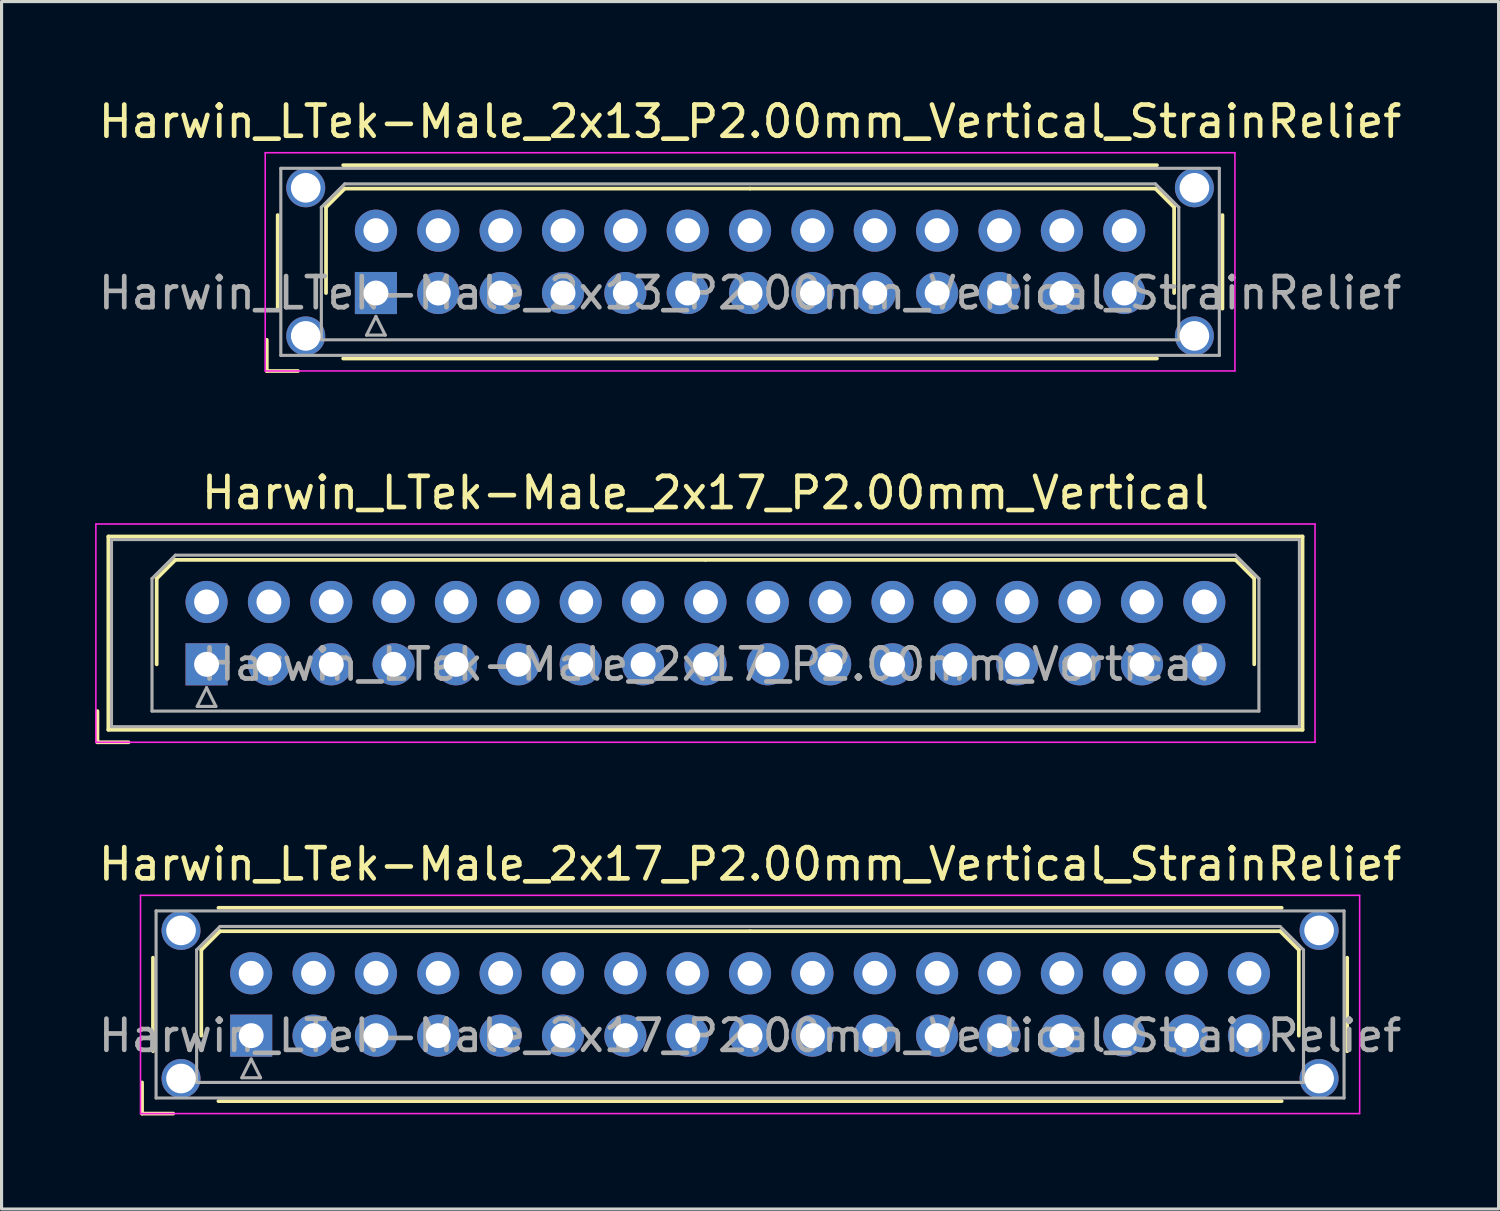
<source format=kicad_pcb>
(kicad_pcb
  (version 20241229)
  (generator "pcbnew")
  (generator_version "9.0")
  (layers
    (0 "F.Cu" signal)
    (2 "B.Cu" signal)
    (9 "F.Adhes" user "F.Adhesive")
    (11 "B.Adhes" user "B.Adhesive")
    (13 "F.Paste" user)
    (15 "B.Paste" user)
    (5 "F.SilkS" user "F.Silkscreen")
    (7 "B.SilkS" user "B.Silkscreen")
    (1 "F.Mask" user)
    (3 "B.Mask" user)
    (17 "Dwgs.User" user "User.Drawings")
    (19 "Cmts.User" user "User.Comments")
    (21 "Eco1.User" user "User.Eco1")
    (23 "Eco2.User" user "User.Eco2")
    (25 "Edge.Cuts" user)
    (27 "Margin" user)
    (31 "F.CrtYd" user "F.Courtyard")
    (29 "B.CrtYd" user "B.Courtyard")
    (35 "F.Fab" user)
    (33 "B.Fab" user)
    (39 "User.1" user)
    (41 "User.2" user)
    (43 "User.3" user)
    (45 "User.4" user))
  (footprint "Harwin_LTek-Male_2x17_P2.00mm_Vertical"
    (layer "F.Cu")
    (at 3.575 18.256)
    (property "Reference" "Harwin_LTek-Male_2x17_P2.00mm_Vertical" (at 16 -5.5 0) (layer "F.SilkS") (effects (font (size 1 1) (thickness 0.15))))
    (attr through_hole)
    (fp_line (start -3.5 1.5) (end -3.5 2.5) (stroke (width 0.12) (type solid)) (layer "F.SilkS"))
    (fp_line (start -3.5 2.5) (end -2.5 2.5) (stroke (width 0.12) (type solid)) (layer "F.SilkS"))
    (fp_line (start -3.15 -4.1) (end -3.15 2.1) (stroke (width 0.12) (type solid)) (layer "F.SilkS"))
    (fp_line (start -3.15 2.1) (end 35.15 2.1) (stroke (width 0.12) (type solid)) (layer "F.SilkS"))
    (fp_line (start -1.6 -2.75) (end -1 -3.35) (stroke (width 0.12) (type solid)) (layer "F.SilkS"))
    (fp_line (start -1.6 0) (end -1.6 -2.75) (stroke (width 0.12) (type solid)) (layer "F.SilkS"))
    (fp_line (start -1 -3.35) (end 16 -3.35) (stroke (width 0.12) (type solid)) (layer "F.SilkS"))
    (fp_line (start 33 -3.35) (end 16 -3.35) (stroke (width 0.12) (type solid)) (layer "F.SilkS"))
    (fp_line (start 33.6 -2.75) (end 33 -3.35) (stroke (width 0.12) (type solid)) (layer "F.SilkS"))
    (fp_line (start 33.6 0) (end 33.6 -2.75) (stroke (width 0.12) (type solid)) (layer "F.SilkS"))
    (fp_line (start 35.15 -4.1) (end -3.15 -4.1) (stroke (width 0.12) (type solid)) (layer "F.SilkS"))
    (fp_line (start 35.15 2.1) (end 35.15 -4.1) (stroke (width 0.12) (type solid)) (layer "F.SilkS"))
    (fp_line (start -3.55 -4.5) (end -3.55 2.5) (stroke (width 0.05) (type solid)) (layer "F.CrtYd"))
    (fp_line (start -3.55 2.5) (end 35.55 2.5) (stroke (width 0.05) (type solid)) (layer "F.CrtYd"))
    (fp_line (start 35.55 -4.5) (end -3.55 -4.5) (stroke (width 0.05) (type solid)) (layer "F.CrtYd"))
    (fp_line (start 35.55 2.5) (end 35.55 -4.5) (stroke (width 0.05) (type solid)) (layer "F.CrtYd"))
    (fp_line (start -3.05 -4) (end -3.05 2) (stroke (width 0.1) (type solid)) (layer "F.Fab"))
    (fp_line (start -3.05 2) (end 35.05 2) (stroke (width 0.1) (type solid)) (layer "F.Fab"))
    (fp_line (start -1.75 -2.75) (end -1 -3.5) (stroke (width 0.1) (type solid)) (layer "F.Fab"))
    (fp_line (start -1.75 1.5) (end -1.75 -2.75) (stroke (width 0.1) (type solid)) (layer "F.Fab"))
    (fp_line (start -1 -3.5) (end 33 -3.5) (stroke (width 0.1) (type solid)) (layer "F.Fab"))
    (fp_line (start -0.3 1.35) (end 0.3 1.35) (stroke (width 0.1) (type solid)) (layer "F.Fab"))
    (fp_line (start 0 0.75) (end -0.3 1.35) (stroke (width 0.1) (type solid)) (layer "F.Fab"))
    (fp_line (start 0.3 1.35) (end 0 0.75) (stroke (width 0.1) (type solid)) (layer "F.Fab"))
    (fp_line (start 33 -3.5) (end 33.75 -2.75) (stroke (width 0.1) (type solid)) (layer "F.Fab"))
    (fp_line (start 33.75 -2.75) (end 33.75 1.5) (stroke (width 0.1) (type solid)) (layer "F.Fab"))
    (fp_line (start 33.75 1.5) (end -1.75 1.5) (stroke (width 0.1) (type solid)) (layer "F.Fab"))
    (fp_line (start 35.05 -4) (end -3.05 -4) (stroke (width 0.1) (type solid)) (layer "F.Fab"))
    (fp_line (start 35.05 2) (end 35.05 -4) (stroke (width 0.1) (type solid)) (layer "F.Fab"))
    (fp_text user "${REFERENCE}" (at 16 0 0) (layer "F.Fab") (effects (font (size 1 1) (thickness 0.15))))
    (pad "1" thru_hole rect (at 0 0) (size 1.35 1.35) (drill 0.8) (layers "*.Cu" "*.Mask"))
    (pad "2" thru_hole circle (at 0 -2) (size 1.35 1.35) (drill 0.8) (layers "*.Cu" "*.Mask"))
    (pad "3" thru_hole circle (at 2 0) (size 1.35 1.35) (drill 0.8) (layers "*.Cu" "*.Mask"))
    (pad "4" thru_hole circle (at 2 -2) (size 1.35 1.35) (drill 0.8) (layers "*.Cu" "*.Mask"))
    (pad "5" thru_hole circle (at 4 0) (size 1.35 1.35) (drill 0.8) (layers "*.Cu" "*.Mask"))
    (pad "6" thru_hole circle (at 4 -2) (size 1.35 1.35) (drill 0.8) (layers "*.Cu" "*.Mask"))
    (pad "7" thru_hole circle (at 6 0) (size 1.35 1.35) (drill 0.8) (layers "*.Cu" "*.Mask"))
    (pad "8" thru_hole circle (at 6 -2) (size 1.35 1.35) (drill 0.8) (layers "*.Cu" "*.Mask"))
    (pad "9" thru_hole circle (at 8 0) (size 1.35 1.35) (drill 0.8) (layers "*.Cu" "*.Mask"))
    (pad "10" thru_hole circle (at 8 -2) (size 1.35 1.35) (drill 0.8) (layers "*.Cu" "*.Mask"))
    (pad "11" thru_hole circle (at 10 0) (size 1.35 1.35) (drill 0.8) (layers "*.Cu" "*.Mask"))
    (pad "12" thru_hole circle (at 10 -2) (size 1.35 1.35) (drill 0.8) (layers "*.Cu" "*.Mask"))
    (pad "13" thru_hole circle (at 12 0) (size 1.35 1.35) (drill 0.8) (layers "*.Cu" "*.Mask"))
    (pad "14" thru_hole circle (at 12 -2) (size 1.35 1.35) (drill 0.8) (layers "*.Cu" "*.Mask"))
    (pad "15" thru_hole circle (at 14 0) (size 1.35 1.35) (drill 0.8) (layers "*.Cu" "*.Mask"))
    (pad "16" thru_hole circle (at 14 -2) (size 1.35 1.35) (drill 0.8) (layers "*.Cu" "*.Mask"))
    (pad "17" thru_hole circle (at 16 0) (size 1.35 1.35) (drill 0.8) (layers "*.Cu" "*.Mask"))
    (pad "18" thru_hole circle (at 16 -2) (size 1.35 1.35) (drill 0.8) (layers "*.Cu" "*.Mask"))
    (pad "19" thru_hole circle (at 18 0) (size 1.35 1.35) (drill 0.8) (layers "*.Cu" "*.Mask"))
    (pad "20" thru_hole circle (at 18 -2) (size 1.35 1.35) (drill 0.8) (layers "*.Cu" "*.Mask"))
    (pad "21" thru_hole circle (at 20 0) (size 1.35 1.35) (drill 0.8) (layers "*.Cu" "*.Mask"))
    (pad "22" thru_hole circle (at 20 -2) (size 1.35 1.35) (drill 0.8) (layers "*.Cu" "*.Mask"))
    (pad "23" thru_hole circle (at 22 0) (size 1.35 1.35) (drill 0.8) (layers "*.Cu" "*.Mask"))
    (pad "24" thru_hole circle (at 22 -2) (size 1.35 1.35) (drill 0.8) (layers "*.Cu" "*.Mask"))
    (pad "25" thru_hole circle (at 24 0) (size 1.35 1.35) (drill 0.8) (layers "*.Cu" "*.Mask"))
    (pad "26" thru_hole circle (at 24 -2) (size 1.35 1.35) (drill 0.8) (layers "*.Cu" "*.Mask"))
    (pad "27" thru_hole circle (at 26 0) (size 1.35 1.35) (drill 0.8) (layers "*.Cu" "*.Mask"))
    (pad "28" thru_hole circle (at 26 -2) (size 1.35 1.35) (drill 0.8) (layers "*.Cu" "*.Mask"))
    (pad "29" thru_hole circle (at 28 0) (size 1.35 1.35) (drill 0.8) (layers "*.Cu" "*.Mask"))
    (pad "30" thru_hole circle (at 28 -2) (size 1.35 1.35) (drill 0.8) (layers "*.Cu" "*.Mask"))
    (pad "31" thru_hole circle (at 30 0) (size 1.35 1.35) (drill 0.8) (layers "*.Cu" "*.Mask"))
    (pad "32" thru_hole circle (at 30 -2) (size 1.35 1.35) (drill 0.8) (layers "*.Cu" "*.Mask"))
    (pad "33" thru_hole circle (at 32 0) (size 1.35 1.35) (drill 0.8) (layers "*.Cu" "*.Mask"))
    (pad "34" thru_hole circle (at 32 -2) (size 1.35 1.35) (drill 0.8) (layers "*.Cu" "*.Mask")))
  (footprint "Harwin_LTek-Male_2x17_P2.00mm_Vertical_StrainRelief"
    (layer "F.Cu")
    (at 5.006 30.165)
    (property "Reference" "Harwin_LTek-Male_2x17_P2.00mm_Vertical_StrainRelief" (at 16 -5.5 0) (layer "F.SilkS") (effects (font (size 1 1) (thickness 0.15))))
    (attr through_hole)
    (fp_line (start -3.5 1.5) (end -3.5 2.5) (stroke (width 0.12) (type solid)) (layer "F.SilkS"))
    (fp_line (start -3.5 2.5) (end -2.5 2.5) (stroke (width 0.12) (type solid)) (layer "F.SilkS"))
    (fp_line (start -3.15 -2.5) (end -3.15 0.5) (stroke (width 0.12) (type solid)) (layer "F.SilkS"))
    (fp_line (start -1.6 -2.75) (end -1 -3.35) (stroke (width 0.12) (type solid)) (layer "F.SilkS"))
    (fp_line (start -1.6 0) (end -1.6 -2.75) (stroke (width 0.12) (type solid)) (layer "F.SilkS"))
    (fp_line (start -1.05 -4.1) (end 33.05 -4.1) (stroke (width 0.12) (type solid)) (layer "F.SilkS"))
    (fp_line (start -1.05 2.1) (end 33.05 2.1) (stroke (width 0.12) (type solid)) (layer "F.SilkS"))
    (fp_line (start -1 -3.35) (end 16 -3.35) (stroke (width 0.12) (type solid)) (layer "F.SilkS"))
    (fp_line (start 33 -3.35) (end 16 -3.35) (stroke (width 0.12) (type solid)) (layer "F.SilkS"))
    (fp_line (start 33.6 -2.75) (end 33 -3.35) (stroke (width 0.12) (type solid)) (layer "F.SilkS"))
    (fp_line (start 33.6 0) (end 33.6 -2.75) (stroke (width 0.12) (type solid)) (layer "F.SilkS"))
    (fp_line (start 35.15 -2.5) (end 35.15 0.5) (stroke (width 0.12) (type solid)) (layer "F.SilkS"))
    (fp_line (start -3.55 -4.5) (end -3.55 2.5) (stroke (width 0.05) (type solid)) (layer "F.CrtYd"))
    (fp_line (start -3.55 2.5) (end 35.55 2.5) (stroke (width 0.05) (type solid)) (layer "F.CrtYd"))
    (fp_line (start 35.55 -4.5) (end -3.55 -4.5) (stroke (width 0.05) (type solid)) (layer "F.CrtYd"))
    (fp_line (start 35.55 2.5) (end 35.55 -4.5) (stroke (width 0.05) (type solid)) (layer "F.CrtYd"))
    (fp_line (start -3.05 -4) (end -3.05 2) (stroke (width 0.1) (type solid)) (layer "F.Fab"))
    (fp_line (start -3.05 2) (end 35.05 2) (stroke (width 0.1) (type solid)) (layer "F.Fab"))
    (fp_line (start -1.75 -2.75) (end -1 -3.5) (stroke (width 0.1) (type solid)) (layer "F.Fab"))
    (fp_line (start -1.75 1.5) (end -1.75 -2.75) (stroke (width 0.1) (type solid)) (layer "F.Fab"))
    (fp_line (start -1 -3.5) (end 33 -3.5) (stroke (width 0.1) (type solid)) (layer "F.Fab"))
    (fp_line (start -0.3 1.35) (end 0.3 1.35) (stroke (width 0.1) (type solid)) (layer "F.Fab"))
    (fp_line (start 0 0.75) (end -0.3 1.35) (stroke (width 0.1) (type solid)) (layer "F.Fab"))
    (fp_line (start 0.3 1.35) (end 0 0.75) (stroke (width 0.1) (type solid)) (layer "F.Fab"))
    (fp_line (start 33 -3.5) (end 33.75 -2.75) (stroke (width 0.1) (type solid)) (layer "F.Fab"))
    (fp_line (start 33.75 -2.75) (end 33.75 1.5) (stroke (width 0.1) (type solid)) (layer "F.Fab"))
    (fp_line (start 33.75 1.5) (end -1.75 1.5) (stroke (width 0.1) (type solid)) (layer "F.Fab"))
    (fp_line (start 35.05 -4) (end -3.05 -4) (stroke (width 0.1) (type solid)) (layer "F.Fab"))
    (fp_line (start 35.05 2) (end 35.05 -4) (stroke (width 0.1) (type solid)) (layer "F.Fab"))
    (fp_text user "${REFERENCE}" (at 16 0 0) (layer "F.Fab") (effects (font (size 1 1) (thickness 0.15))))
    (pad "" thru_hole circle (at -2.25 -3.375) (size 1.25 1.25) (drill 0.95) (layers "*.Cu" "*.Mask"))
    (pad "" thru_hole circle (at -2.25 1.375) (size 1.25 1.25) (drill 0.95) (layers "*.Cu" "*.Mask"))
    (pad "" thru_hole circle (at 34.25 -3.375) (size 1.25 1.25) (drill 0.95) (layers "*.Cu" "*.Mask"))
    (pad "" thru_hole circle (at 34.25 1.375) (size 1.25 1.25) (drill 0.95) (layers "*.Cu" "*.Mask"))
    (pad "1" thru_hole rect (at 0 0) (size 1.35 1.35) (drill 0.8) (layers "*.Cu" "*.Mask"))
    (pad "2" thru_hole circle (at 0 -2) (size 1.35 1.35) (drill 0.8) (layers "*.Cu" "*.Mask"))
    (pad "3" thru_hole circle (at 2 0) (size 1.35 1.35) (drill 0.8) (layers "*.Cu" "*.Mask"))
    (pad "4" thru_hole circle (at 2 -2) (size 1.35 1.35) (drill 0.8) (layers "*.Cu" "*.Mask"))
    (pad "5" thru_hole circle (at 4 0) (size 1.35 1.35) (drill 0.8) (layers "*.Cu" "*.Mask"))
    (pad "6" thru_hole circle (at 4 -2) (size 1.35 1.35) (drill 0.8) (layers "*.Cu" "*.Mask"))
    (pad "7" thru_hole circle (at 6 0) (size 1.35 1.35) (drill 0.8) (layers "*.Cu" "*.Mask"))
    (pad "8" thru_hole circle (at 6 -2) (size 1.35 1.35) (drill 0.8) (layers "*.Cu" "*.Mask"))
    (pad "9" thru_hole circle (at 8 0) (size 1.35 1.35) (drill 0.8) (layers "*.Cu" "*.Mask"))
    (pad "10" thru_hole circle (at 8 -2) (size 1.35 1.35) (drill 0.8) (layers "*.Cu" "*.Mask"))
    (pad "11" thru_hole circle (at 10 0) (size 1.35 1.35) (drill 0.8) (layers "*.Cu" "*.Mask"))
    (pad "12" thru_hole circle (at 10 -2) (size 1.35 1.35) (drill 0.8) (layers "*.Cu" "*.Mask"))
    (pad "13" thru_hole circle (at 12 0) (size 1.35 1.35) (drill 0.8) (layers "*.Cu" "*.Mask"))
    (pad "14" thru_hole circle (at 12 -2) (size 1.35 1.35) (drill 0.8) (layers "*.Cu" "*.Mask"))
    (pad "15" thru_hole circle (at 14 0) (size 1.35 1.35) (drill 0.8) (layers "*.Cu" "*.Mask"))
    (pad "16" thru_hole circle (at 14 -2) (size 1.35 1.35) (drill 0.8) (layers "*.Cu" "*.Mask"))
    (pad "17" thru_hole circle (at 16 0) (size 1.35 1.35) (drill 0.8) (layers "*.Cu" "*.Mask"))
    (pad "18" thru_hole circle (at 16 -2) (size 1.35 1.35) (drill 0.8) (layers "*.Cu" "*.Mask"))
    (pad "19" thru_hole circle (at 18 0) (size 1.35 1.35) (drill 0.8) (layers "*.Cu" "*.Mask"))
    (pad "20" thru_hole circle (at 18 -2) (size 1.35 1.35) (drill 0.8) (layers "*.Cu" "*.Mask"))
    (pad "21" thru_hole circle (at 20 0) (size 1.35 1.35) (drill 0.8) (layers "*.Cu" "*.Mask"))
    (pad "22" thru_hole circle (at 20 -2) (size 1.35 1.35) (drill 0.8) (layers "*.Cu" "*.Mask"))
    (pad "23" thru_hole circle (at 22 0) (size 1.35 1.35) (drill 0.8) (layers "*.Cu" "*.Mask"))
    (pad "24" thru_hole circle (at 22 -2) (size 1.35 1.35) (drill 0.8) (layers "*.Cu" "*.Mask"))
    (pad "25" thru_hole circle (at 24 0) (size 1.35 1.35) (drill 0.8) (layers "*.Cu" "*.Mask"))
    (pad "26" thru_hole circle (at 24 -2) (size 1.35 1.35) (drill 0.8) (layers "*.Cu" "*.Mask"))
    (pad "27" thru_hole circle (at 26 0) (size 1.35 1.35) (drill 0.8) (layers "*.Cu" "*.Mask"))
    (pad "28" thru_hole circle (at 26 -2) (size 1.35 1.35) (drill 0.8) (layers "*.Cu" "*.Mask"))
    (pad "29" thru_hole circle (at 28 0) (size 1.35 1.35) (drill 0.8) (layers "*.Cu" "*.Mask"))
    (pad "30" thru_hole circle (at 28 -2) (size 1.35 1.35) (drill 0.8) (layers "*.Cu" "*.Mask"))
    (pad "31" thru_hole circle (at 30 0) (size 1.35 1.35) (drill 0.8) (layers "*.Cu" "*.Mask"))
    (pad "32" thru_hole circle (at 30 -2) (size 1.35 1.35) (drill 0.8) (layers "*.Cu" "*.Mask"))
    (pad "33" thru_hole circle (at 32 0) (size 1.35 1.35) (drill 0.8) (layers "*.Cu" "*.Mask"))
    (pad "34" thru_hole circle (at 32 -2) (size 1.35 1.35) (drill 0.8) (layers "*.Cu" "*.Mask")))
  (footprint "Harwin_LTek-Male_2x13_P2.00mm_Vertical_StrainRelief"
    (layer "F.Cu")
    (at 9.006 6.348)
    (property "Reference" "Harwin_LTek-Male_2x13_P2.00mm_Vertical_StrainRelief" (at 12 -5.5 0) (layer "F.SilkS") (effects (font (size 1 1) (thickness 0.15))))
    (attr through_hole)
    (fp_line (start -3.5 1.5) (end -3.5 2.5) (stroke (width 0.12) (type solid)) (layer "F.SilkS"))
    (fp_line (start -3.5 2.5) (end -2.5 2.5) (stroke (width 0.12) (type solid)) (layer "F.SilkS"))
    (fp_line (start -3.15 -2.5) (end -3.15 0.5) (stroke (width 0.12) (type solid)) (layer "F.SilkS"))
    (fp_line (start -1.6 -2.75) (end -1 -3.35) (stroke (width 0.12) (type solid)) (layer "F.SilkS"))
    (fp_line (start -1.6 0) (end -1.6 -2.75) (stroke (width 0.12) (type solid)) (layer "F.SilkS"))
    (fp_line (start -1.05 -4.1) (end 25.05 -4.1) (stroke (width 0.12) (type solid)) (layer "F.SilkS"))
    (fp_line (start -1.05 2.1) (end 25.05 2.1) (stroke (width 0.12) (type solid)) (layer "F.SilkS"))
    (fp_line (start -1 -3.35) (end 12 -3.35) (stroke (width 0.12) (type solid)) (layer "F.SilkS"))
    (fp_line (start 25 -3.35) (end 12 -3.35) (stroke (width 0.12) (type solid)) (layer "F.SilkS"))
    (fp_line (start 25.6 -2.75) (end 25 -3.35) (stroke (width 0.12) (type solid)) (layer "F.SilkS"))
    (fp_line (start 25.6 0) (end 25.6 -2.75) (stroke (width 0.12) (type solid)) (layer "F.SilkS"))
    (fp_line (start 27.15 -2.5) (end 27.15 0.5) (stroke (width 0.12) (type solid)) (layer "F.SilkS"))
    (fp_line (start -3.55 -4.5) (end -3.55 2.5) (stroke (width 0.05) (type solid)) (layer "F.CrtYd"))
    (fp_line (start -3.55 2.5) (end 27.55 2.5) (stroke (width 0.05) (type solid)) (layer "F.CrtYd"))
    (fp_line (start 27.55 -4.5) (end -3.55 -4.5) (stroke (width 0.05) (type solid)) (layer "F.CrtYd"))
    (fp_line (start 27.55 2.5) (end 27.55 -4.5) (stroke (width 0.05) (type solid)) (layer "F.CrtYd"))
    (fp_line (start -3.05 -4) (end -3.05 2) (stroke (width 0.1) (type solid)) (layer "F.Fab"))
    (fp_line (start -3.05 2) (end 27.05 2) (stroke (width 0.1) (type solid)) (layer "F.Fab"))
    (fp_line (start -1.75 -2.75) (end -1 -3.5) (stroke (width 0.1) (type solid)) (layer "F.Fab"))
    (fp_line (start -1.75 1.5) (end -1.75 -2.75) (stroke (width 0.1) (type solid)) (layer "F.Fab"))
    (fp_line (start -1 -3.5) (end 25 -3.5) (stroke (width 0.1) (type solid)) (layer "F.Fab"))
    (fp_line (start -0.3 1.35) (end 0.3 1.35) (stroke (width 0.1) (type solid)) (layer "F.Fab"))
    (fp_line (start 0 0.75) (end -0.3 1.35) (stroke (width 0.1) (type solid)) (layer "F.Fab"))
    (fp_line (start 0.3 1.35) (end 0 0.75) (stroke (width 0.1) (type solid)) (layer "F.Fab"))
    (fp_line (start 25 -3.5) (end 25.75 -2.75) (stroke (width 0.1) (type solid)) (layer "F.Fab"))
    (fp_line (start 25.75 -2.75) (end 25.75 1.5) (stroke (width 0.1) (type solid)) (layer "F.Fab"))
    (fp_line (start 25.75 1.5) (end -1.75 1.5) (stroke (width 0.1) (type solid)) (layer "F.Fab"))
    (fp_line (start 27.05 -4) (end -3.05 -4) (stroke (width 0.1) (type solid)) (layer "F.Fab"))
    (fp_line (start 27.05 2) (end 27.05 -4) (stroke (width 0.1) (type solid)) (layer "F.Fab"))
    (fp_text user "${REFERENCE}" (at 12 0 0) (layer "F.Fab") (effects (font (size 1 1) (thickness 0.15))))
    (pad "" thru_hole circle (at -2.25 -3.375) (size 1.25 1.25) (drill 0.95) (layers "*.Cu" "*.Mask"))
    (pad "" thru_hole circle (at -2.25 1.375) (size 1.25 1.25) (drill 0.95) (layers "*.Cu" "*.Mask"))
    (pad "" thru_hole circle (at 26.25 -3.375) (size 1.25 1.25) (drill 0.95) (layers "*.Cu" "*.Mask"))
    (pad "" thru_hole circle (at 26.25 1.375) (size 1.25 1.25) (drill 0.95) (layers "*.Cu" "*.Mask"))
    (pad "1" thru_hole rect (at 0 0) (size 1.35 1.35) (drill 0.8) (layers "*.Cu" "*.Mask"))
    (pad "2" thru_hole circle (at 0 -2) (size 1.35 1.35) (drill 0.8) (layers "*.Cu" "*.Mask"))
    (pad "3" thru_hole circle (at 2 0) (size 1.35 1.35) (drill 0.8) (layers "*.Cu" "*.Mask"))
    (pad "4" thru_hole circle (at 2 -2) (size 1.35 1.35) (drill 0.8) (layers "*.Cu" "*.Mask"))
    (pad "5" thru_hole circle (at 4 0) (size 1.35 1.35) (drill 0.8) (layers "*.Cu" "*.Mask"))
    (pad "6" thru_hole circle (at 4 -2) (size 1.35 1.35) (drill 0.8) (layers "*.Cu" "*.Mask"))
    (pad "7" thru_hole circle (at 6 0) (size 1.35 1.35) (drill 0.8) (layers "*.Cu" "*.Mask"))
    (pad "8" thru_hole circle (at 6 -2) (size 1.35 1.35) (drill 0.8) (layers "*.Cu" "*.Mask"))
    (pad "9" thru_hole circle (at 8 0) (size 1.35 1.35) (drill 0.8) (layers "*.Cu" "*.Mask"))
    (pad "10" thru_hole circle (at 8 -2) (size 1.35 1.35) (drill 0.8) (layers "*.Cu" "*.Mask"))
    (pad "11" thru_hole circle (at 10 0) (size 1.35 1.35) (drill 0.8) (layers "*.Cu" "*.Mask"))
    (pad "12" thru_hole circle (at 10 -2) (size 1.35 1.35) (drill 0.8) (layers "*.Cu" "*.Mask"))
    (pad "13" thru_hole circle (at 12 0) (size 1.35 1.35) (drill 0.8) (layers "*.Cu" "*.Mask"))
    (pad "14" thru_hole circle (at 12 -2) (size 1.35 1.35) (drill 0.8) (layers "*.Cu" "*.Mask"))
    (pad "15" thru_hole circle (at 14 0) (size 1.35 1.35) (drill 0.8) (layers "*.Cu" "*.Mask"))
    (pad "16" thru_hole circle (at 14 -2) (size 1.35 1.35) (drill 0.8) (layers "*.Cu" "*.Mask"))
    (pad "17" thru_hole circle (at 16 0) (size 1.35 1.35) (drill 0.8) (layers "*.Cu" "*.Mask"))
    (pad "18" thru_hole circle (at 16 -2) (size 1.35 1.35) (drill 0.8) (layers "*.Cu" "*.Mask"))
    (pad "19" thru_hole circle (at 18 0) (size 1.35 1.35) (drill 0.8) (layers "*.Cu" "*.Mask"))
    (pad "20" thru_hole circle (at 18 -2) (size 1.35 1.35) (drill 0.8) (layers "*.Cu" "*.Mask"))
    (pad "21" thru_hole circle (at 20 0) (size 1.35 1.35) (drill 0.8) (layers "*.Cu" "*.Mask"))
    (pad "22" thru_hole circle (at 20 -2) (size 1.35 1.35) (drill 0.8) (layers "*.Cu" "*.Mask"))
    (pad "23" thru_hole circle (at 22 0) (size 1.35 1.35) (drill 0.8) (layers "*.Cu" "*.Mask"))
    (pad "24" thru_hole circle (at 22 -2) (size 1.35 1.35) (drill 0.8) (layers "*.Cu" "*.Mask"))
    (pad "25" thru_hole circle (at 24 0) (size 1.35 1.35) (drill 0.8) (layers "*.Cu" "*.Mask"))
    (pad "26" thru_hole circle (at 24 -2) (size 1.35 1.35) (drill 0.8) (layers "*.Cu" "*.Mask")))
  (gr_rect
    (start -3 -3)
    (end 45.012 35.725)
    (stroke (width 0.1) (type default))
    (fill no)
    (layer "Edge.Cuts")))
</source>
